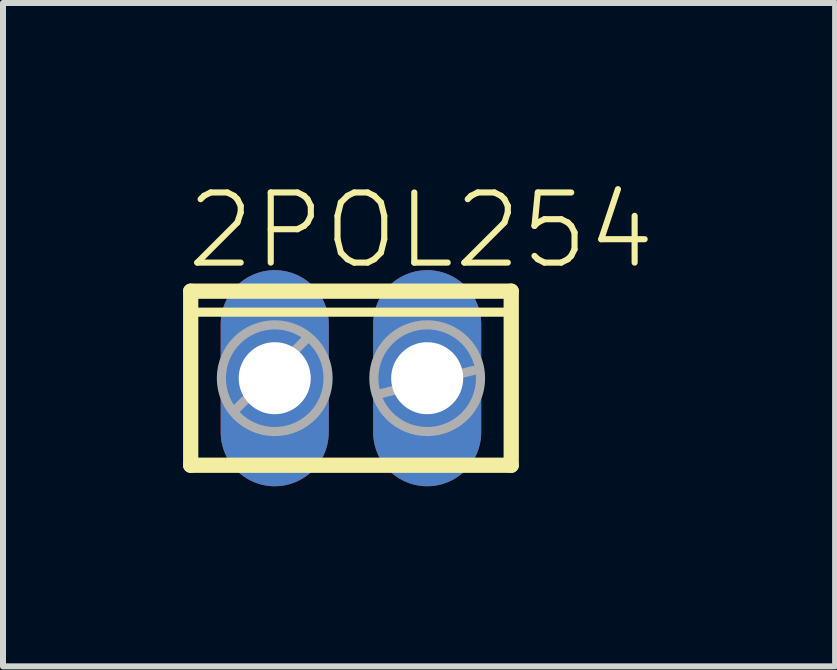
<source format=kicad_pcb>
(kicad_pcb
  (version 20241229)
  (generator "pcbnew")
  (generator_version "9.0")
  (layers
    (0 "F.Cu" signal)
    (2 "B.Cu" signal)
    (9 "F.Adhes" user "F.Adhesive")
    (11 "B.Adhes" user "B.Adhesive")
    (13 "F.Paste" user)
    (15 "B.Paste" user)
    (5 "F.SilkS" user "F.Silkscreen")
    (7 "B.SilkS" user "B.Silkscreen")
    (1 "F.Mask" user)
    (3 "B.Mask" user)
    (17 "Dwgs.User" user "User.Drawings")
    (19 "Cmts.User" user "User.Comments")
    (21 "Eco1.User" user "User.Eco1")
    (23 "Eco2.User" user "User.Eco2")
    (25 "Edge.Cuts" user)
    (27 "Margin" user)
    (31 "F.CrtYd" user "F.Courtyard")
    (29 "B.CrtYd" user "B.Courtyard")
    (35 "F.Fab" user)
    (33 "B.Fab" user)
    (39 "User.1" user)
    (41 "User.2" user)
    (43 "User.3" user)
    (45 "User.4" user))
  (footprint "2POL254"
    (layer "F.Cu")
    (at 2.797 3.251)
    (property "Reference" "2POL254" (at -2.794 -1.778 0) (unlocked yes) (layer "F.SilkS") (effects (font (size 1.168 1.168) (thickness 0.102)) (justify left bottom)))
    (fp_line (start -2.67 -1.45) (end -2.67 1.45) (stroke (width 0.254) (type solid)) (layer "F.SilkS"))
    (fp_line (start -2.67 1.45) (end 2.67 1.45) (stroke (width 0.254) (type solid)) (layer "F.SilkS"))
    (fp_line (start -2.56 -1.1) (end 2.56 -1.1) (stroke (width 0.152) (type solid)) (layer "F.SilkS"))
    (fp_line (start 2.67 -1.45) (end -2.67 -1.45) (stroke (width 0.254) (type solid)) (layer "F.SilkS"))
    (fp_line (start 2.67 1.45) (end 2.67 -1.45) (stroke (width 0.254) (type solid)) (layer "F.SilkS"))
    (fp_line (start -1.905 0.508) (end -0.762 -0.635) (stroke (width 0.152) (type solid)) (layer "F.Fab"))
    (fp_line (start 0.508 0.254) (end 2.032 -0.127) (stroke (width 0.152) (type solid)) (layer "F.Fab"))
    (fp_circle (center -1.27 0) (end -0.381 0) (stroke (width 0.152) (type solid)) (fill no) (layer "F.Fab"))
    (fp_circle (center 1.27 0) (end 2.159 0) (stroke (width 0.152) (type solid)) (fill no) (layer "F.Fab"))
    (pad "1" thru_hole oval (at -1.27 0 90) (size 3.6 1.8) (drill 1.2) (layers "*.Cu" "*.Mask"))
    (pad "2" thru_hole oval (at 1.27 0 90) (size 3.6 1.8) (drill 1.2) (layers "*.Cu" "*.Mask")))
  (gr_rect
    (start -3 -3)
    (end 10.863 8.051)
    (stroke (width 0.1) (type default))
    (fill no)
    (layer "Edge.Cuts")))
</source>
